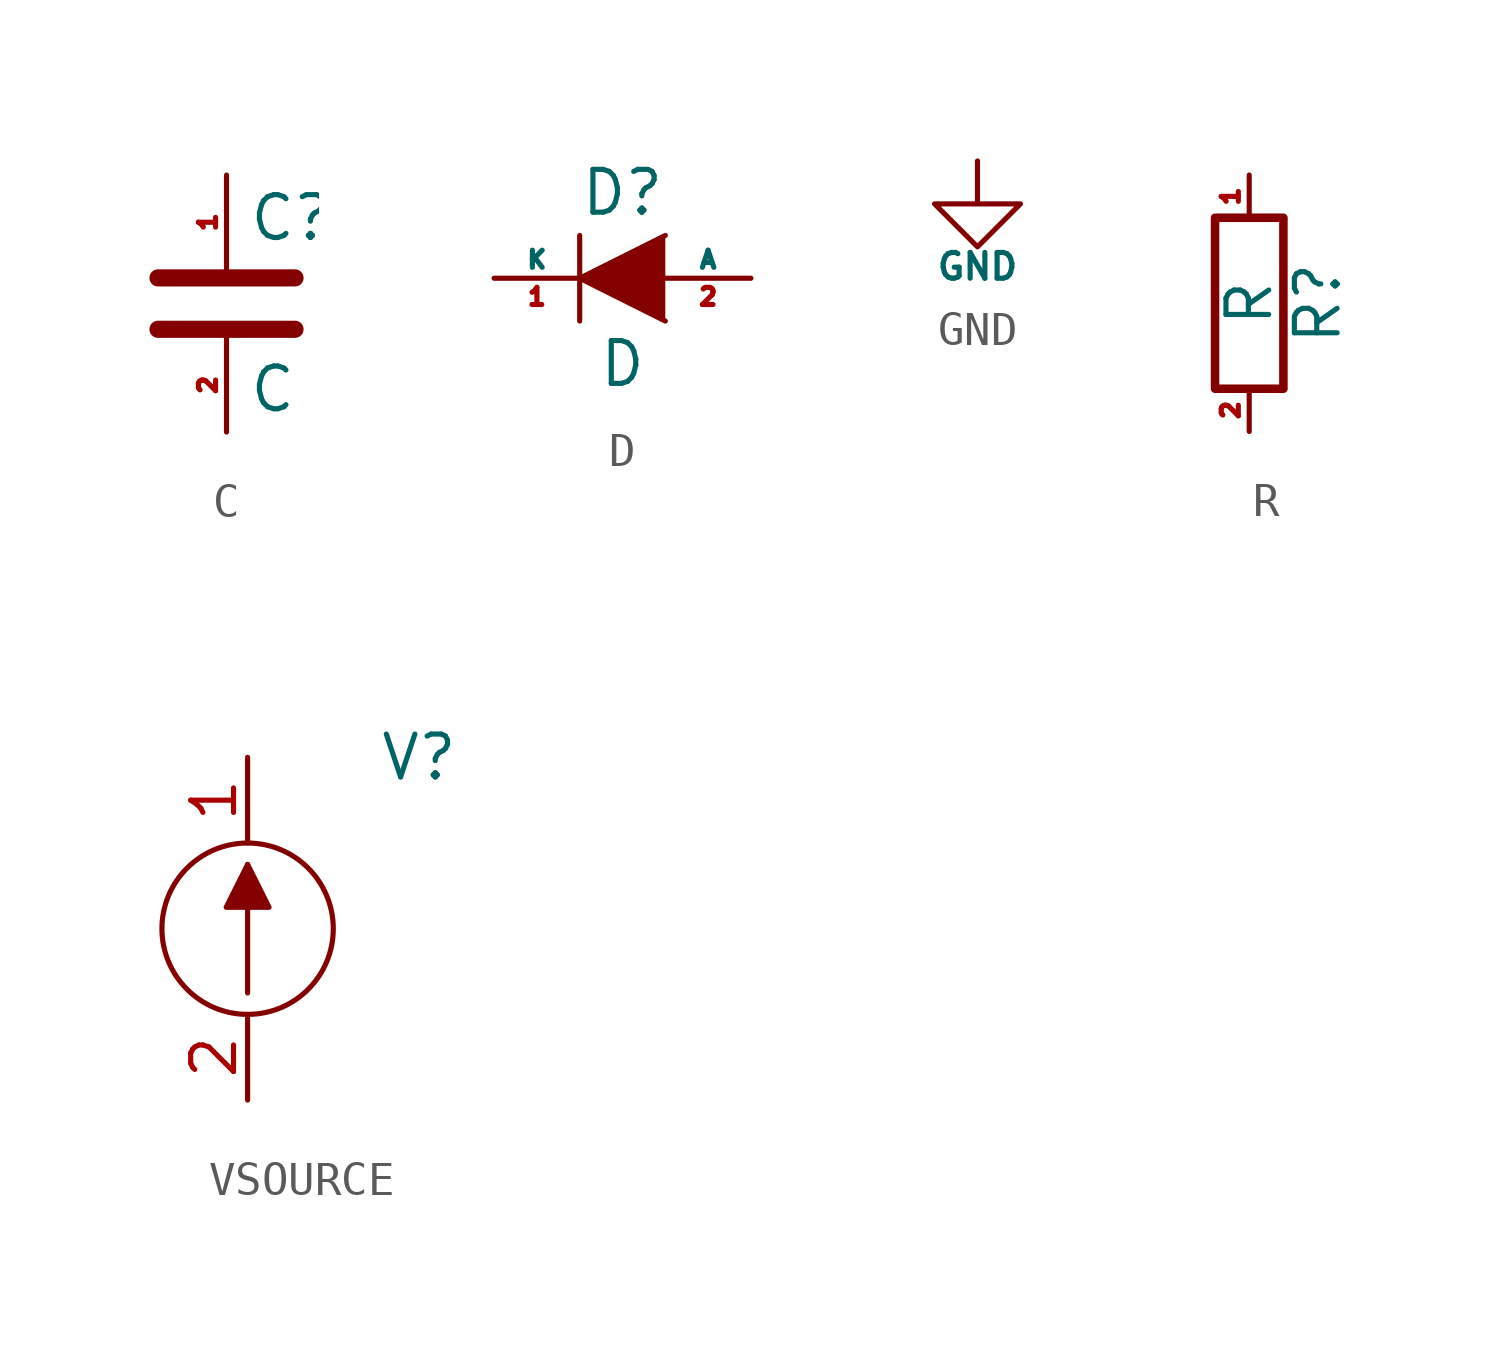
<source format=kicad_sym>
(kicad_symbol_lib
  (version 20220331)
  (generator kicad_symbol_editor)
  (symbol "C"
    (pin_names
      (offset 0) hide)
    (property "Reference" "C"
      (at 0.635 2.54 0)
      (effects (font (size 1.27 1.27)) (justify left)))
    (property "Value" "C"
      (at 0.635 -2.54 0)
      (effects (font (size 1.27 1.27)) (justify left)))
    (property "Footprint" ""
      (at 0.965 -3.81 0)
      (effects (font (size 1.27 1.27))))
    (property "Datasheet" ""
      (at 0 0 0)
      (effects (font (size 1.27 1.27))))
    (symbol "C_0_1"
      (polyline (pts (xy -2.032 -0.762) (xy 2.032 -0.762)) (stroke (width 0.508) (type default)) (fill (type none)))
      (polyline (pts (xy -2.032 0.762) (xy 2.032 0.762)) (stroke (width 0.508) (type default)) (fill (type none))))
    (symbol "C_1_1"
      (pin passive line (at 0 3.81 270) (length 2.794) (name "" (effects (font (size 0.508 0.508)))) (number "1" (effects (font (size 0.508 0.508)))))
      (pin passive line (at 0 -3.81 90) (length 2.794) (name "2" (effects (font (size 0.508 0.508)))) (number "2" (effects (font (size 0.508 0.508)))))))
  (symbol "D"
    (pin_names
      (offset 0))
    (property "Reference" "D"
      (at 0 2.54 0)
      (effects (font (size 1.27 1.27))))
    (property "Value" "D"
      (at 0 -2.54 0)
      (effects (font (size 1.27 1.27))))
    (property "Footprint" ""
      (at 0 0 0)
      (effects (font (size 1.27 1.27))))
    (property "Datasheet" ""
      (at 0 0 0)
      (effects (font (size 1.27 1.27))))
    (symbol "D_0_1"
      (polyline (pts (xy -1.27 1.27) (xy -1.27 -1.27)) (stroke (width 0.152) (type default)) (fill (type none)))
      (polyline (pts (xy 1.27 1.27) (xy -1.27 0) (xy 1.27 -1.27)) (stroke (width 0) (type default)) (fill (type outline))))
    (symbol "D_1_1"
      (pin passive line (at -3.81 0 0) (length 2.54) (name "K" (effects (font (size 0.508 0.508)))) (number "1" (effects (font (size 0.508 0.508)))))
      (pin passive line (at 3.81 0 180) (length 2.54) (name "A" (effects (font (size 0.508 0.508)))) (number "2" (effects (font (size 0.508 0.508)))))))
  (symbol "GND"
    (power)
    (pin_names
      (offset 0))
    (property "Reference" "#PWR"
      (at 0 -3.81 0)
      (effects (font (size 1.27 1.27)) hide))
    (property "Value" "GND"
      (at 0 -3.124 0)
      (effects (font (size 0.762 0.762))))
    (property "Footprint" ""
      (at 0 0 0)
      (effects (font (size 1.524 1.524))))
    (property "Datasheet" ""
      (at 0 0 0)
      (effects (font (size 1.524 1.524))))
    (symbol "GND_0_1"
      (polyline (pts (xy 0 0) (xy 0 -1.27) (xy 1.27 -1.27) (xy 0 -2.54) (xy -1.27 -1.27) (xy 0 -1.27)) (stroke (width 0) (type default)) (fill (type none))))
    (symbol "GND_1_1"
      (pin power_in line (at 0 0 270) (length 0) hide (name "GND" (effects (font (size 0.762 0.762)))) (number "1" (effects (font (size 0.508 0.508)))))))
  (symbol "R"
    (pin_names
      (offset 0) hide)
    (property "Reference" "R"
      (at 2.032 0 90)
      (effects (font (size 1.27 1.27))))
    (property "Value" "R"
      (at 0 0 90)
      (effects (font (size 1.27 1.27))))
    (property "Footprint" ""
      (at -1.778 0 90)
      (effects (font (size 1.27 1.27))))
    (property "Datasheet" ""
      (at 0 0 0)
      (effects (font (size 1.27 1.27))))
    (symbol "R_0_1"
      (rectangle (start -1.016 -2.54) (end 1.016 2.54) (stroke (width 0.254) (type default)) (fill (type none))))
    (symbol "R_1_1"
      (pin passive line (at 0 3.81 270) (length 1.27) (name "1" (effects (font (size 0.508 0.508)))) (number "1" (effects (font (size 0.508 0.508)))))
      (pin passive line (at 0 -3.81 90) (length 1.27) (name "2" (effects (font (size 0.508 0.508)))) (number "2" (effects (font (size 0.508 0.508)))))))
  (symbol "VSOURCE"
    (pin_names
      (offset 1.016))
    (property "Reference" "V"
      (at 5.08 5.08 0)
      (effects (font (size 1.27 1.27))))
    (property "Footprint" ""
      (at 0 0 0)
      (effects (font (size 1.27 1.27))))
    (property "Datasheet" ""
      (at 0 0 0)
      (effects (font (size 1.27 1.27))))
    (symbol "VSOURCE_0_1"
      (polyline (pts (xy 0 -1.905) (xy 0 1.905)) (stroke (width 0) (type default)) (fill (type none)))
      (polyline (pts (xy 0 1.905) (xy -0.635 0.635) (xy 0.635 0.635) (xy 0 1.905)) (stroke (width 0) (type default)) (fill (type outline)))
      (circle (center 0 0) (radius 2.54) (stroke (width 0) (type default)) (fill (type none))))
    (symbol "VSOURCE_1_1"
      (pin input line (at 0 5.08 270) (length 2.54) (name "~" (effects (font (size 1.27 1.27)))) (number "1" (effects (font (size 1.27 1.27)))))
      (pin input line (at 0 -5.08 90) (length 2.54) (name "~" (effects (font (size 1.27 1.27)))) (number "2" (effects (font (size 1.27 1.27))))))))
</source>
